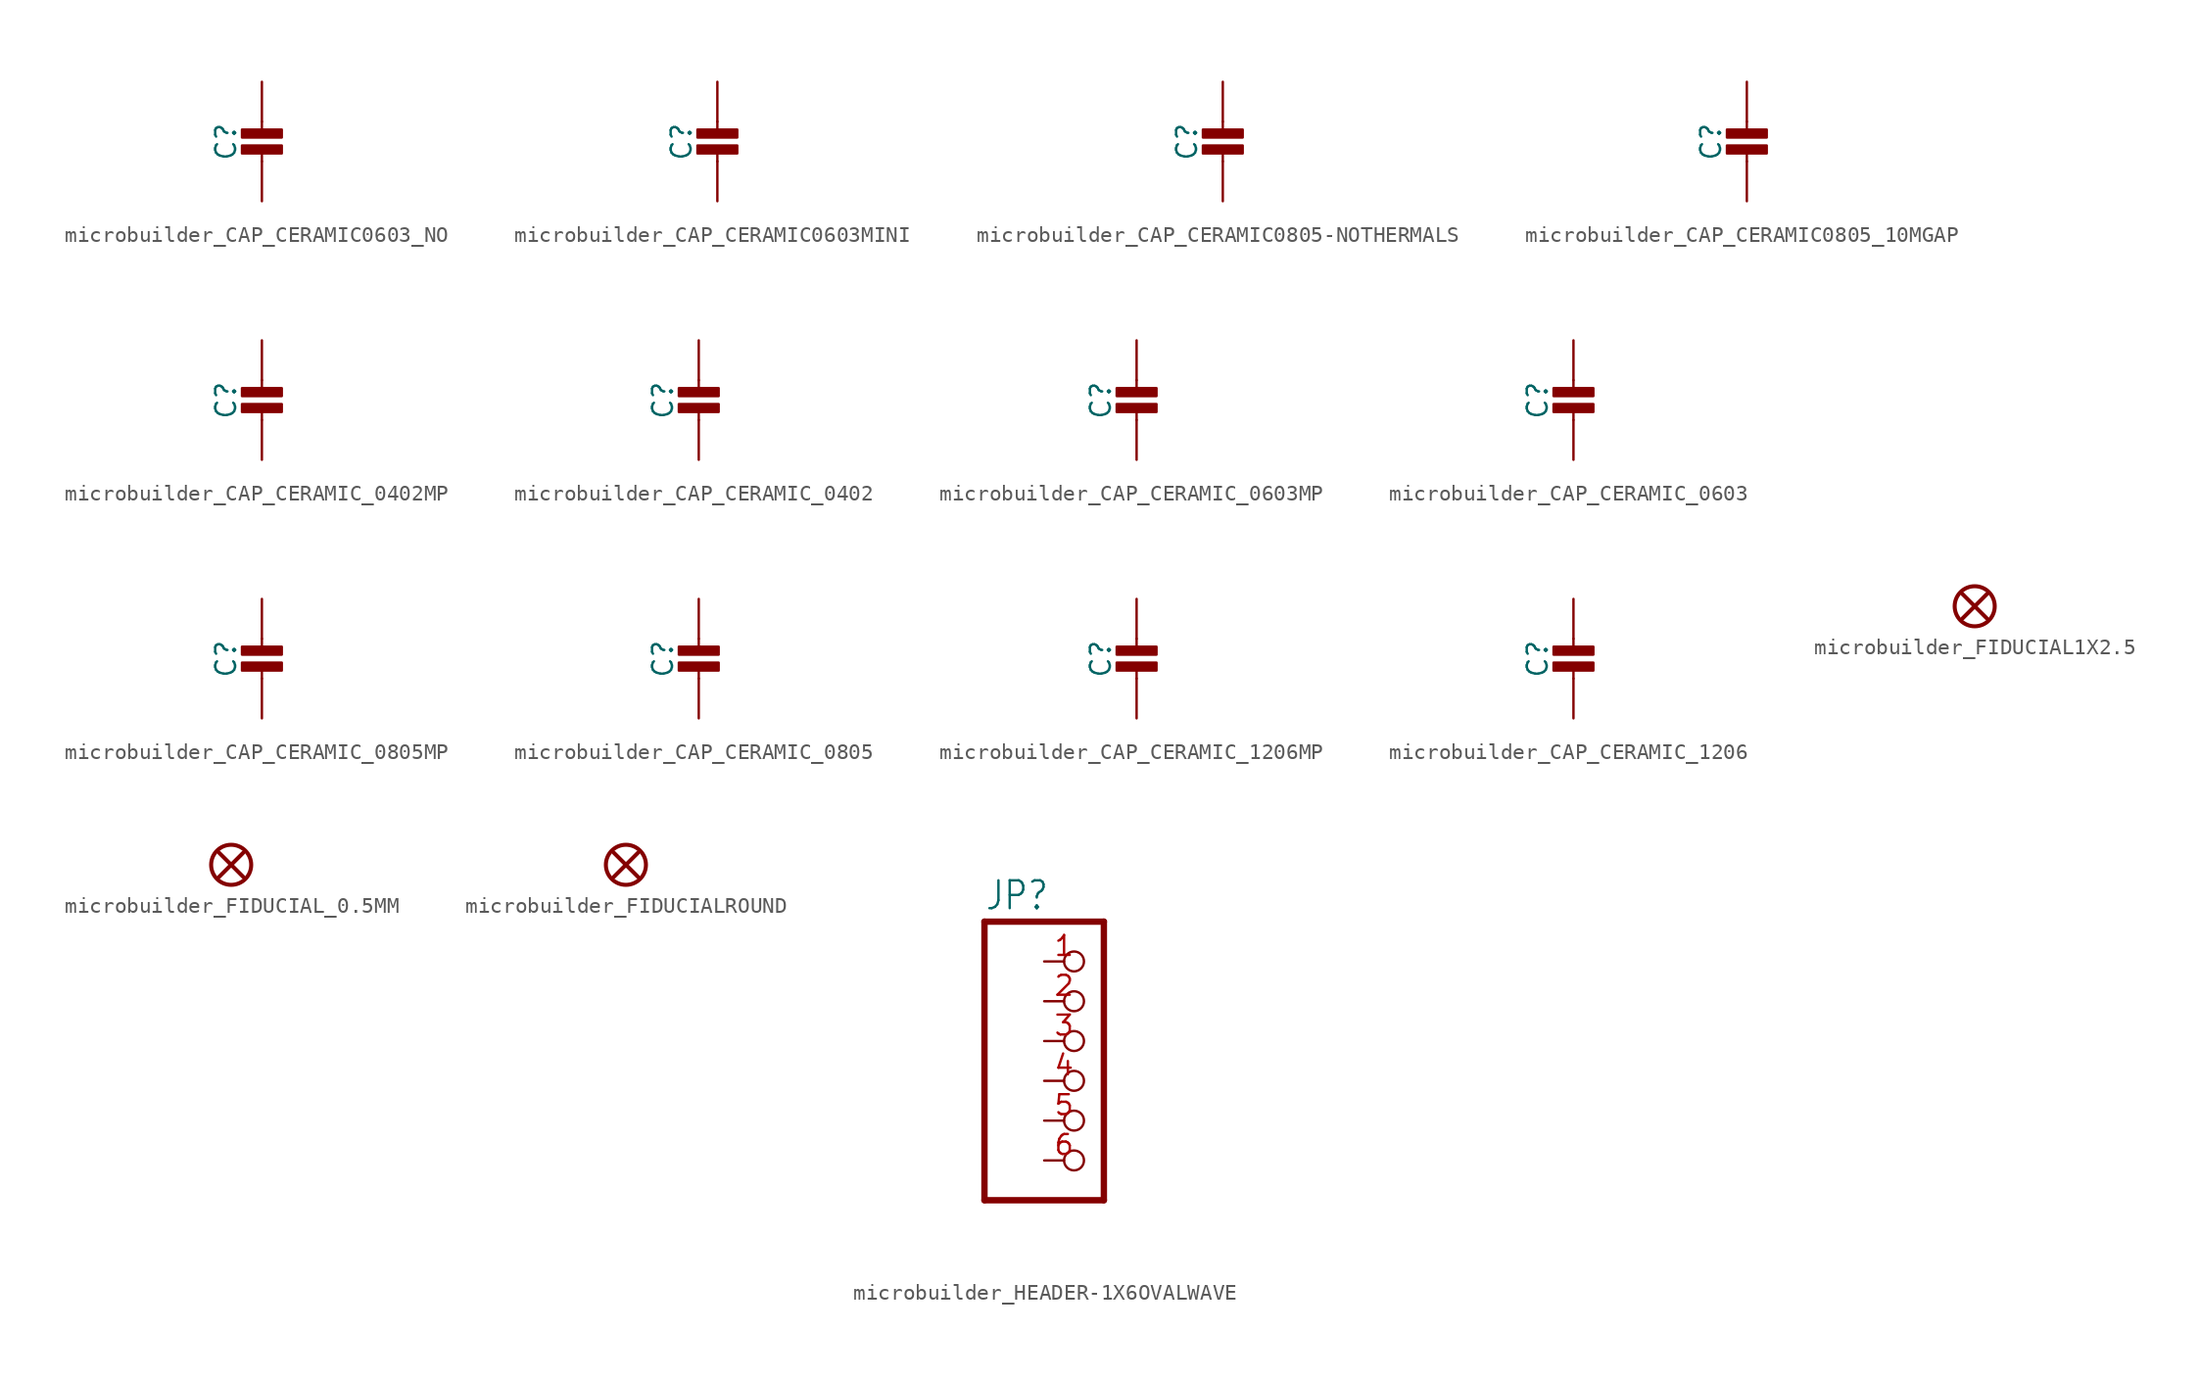
<source format=kicad_sym>
(kicad_symbol_lib
  (version 20220914)
  (generator kicad_symbol_editor)
  (symbol "microbuilder_CAP_CERAMIC0603_NO"
    (property "Reference" "C"
      (at -2.29 1.25 90)
      (effects (font (size 1.27 1.27))))
    (property "Value" ""
      (at 2.3 1.25 90)
      (effects (font (size 1.27 1.27))))
    (property "ki_locked" ""
      (at 0 0 0)
      (effects (font (size 1.27 1.27))))
    (symbol "microbuilder_CAP_CERAMIC0603_NO_1_0"
      (rectangle (start -1.27 0.508) (end 1.27 1.016) (stroke (width 0) (type default)) (fill (type outline)))
      (rectangle (start -1.27 1.524) (end 1.27 2.032) (stroke (width 0) (type default)) (fill (type outline)))
      (polyline (pts (xy 0 0.762) (xy 0 0)) (stroke (width 0.152) (type solid)) (fill (type none)))
      (polyline (pts (xy 0 2.54) (xy 0 1.778)) (stroke (width 0.152) (type solid)) (fill (type none)))
      (pin passive line (at 0 5.08 270) (length 2.54) (name "1" (effects (font (size 0 0)))) (number "1" (effects (font (size 0 0)))))
      (pin passive line (at 0 -2.54 90) (length 2.54) (name "2" (effects (font (size 0 0)))) (number "2" (effects (font (size 0 0)))))))
  (symbol "microbuilder_CAP_CERAMIC0603MINI"
    (property "Reference" "C"
      (at -2.29 1.25 90)
      (effects (font (size 1.27 1.27))))
    (property "Value" ""
      (at 2.3 1.25 90)
      (effects (font (size 1.27 1.27))))
    (property "ki_locked" ""
      (at 0 0 0)
      (effects (font (size 1.27 1.27))))
    (symbol "microbuilder_CAP_CERAMIC0603MINI_1_0"
      (rectangle (start -1.27 0.508) (end 1.27 1.016) (stroke (width 0) (type default)) (fill (type outline)))
      (rectangle (start -1.27 1.524) (end 1.27 2.032) (stroke (width 0) (type default)) (fill (type outline)))
      (polyline (pts (xy 0 0.762) (xy 0 0)) (stroke (width 0.152) (type solid)) (fill (type none)))
      (polyline (pts (xy 0 2.54) (xy 0 1.778)) (stroke (width 0.152) (type solid)) (fill (type none)))
      (pin passive line (at 0 5.08 270) (length 2.54) (name "1" (effects (font (size 0 0)))) (number "1" (effects (font (size 0 0)))))
      (pin passive line (at 0 -2.54 90) (length 2.54) (name "2" (effects (font (size 0 0)))) (number "2" (effects (font (size 0 0)))))))
  (symbol "microbuilder_CAP_CERAMIC0805-NOTHERMALS"
    (property "Reference" "C"
      (at -2.29 1.25 90)
      (effects (font (size 1.27 1.27))))
    (property "Value" ""
      (at 2.3 1.25 90)
      (effects (font (size 1.27 1.27))))
    (property "ki_locked" ""
      (at 0 0 0)
      (effects (font (size 1.27 1.27))))
    (symbol "microbuilder_CAP_CERAMIC0805-NOTHERMALS_1_0"
      (rectangle (start -1.27 0.508) (end 1.27 1.016) (stroke (width 0) (type default)) (fill (type outline)))
      (rectangle (start -1.27 1.524) (end 1.27 2.032) (stroke (width 0) (type default)) (fill (type outline)))
      (polyline (pts (xy 0 0.762) (xy 0 0)) (stroke (width 0.152) (type solid)) (fill (type none)))
      (polyline (pts (xy 0 2.54) (xy 0 1.778)) (stroke (width 0.152) (type solid)) (fill (type none)))
      (pin passive line (at 0 5.08 270) (length 2.54) (name "1" (effects (font (size 0 0)))) (number "1" (effects (font (size 0 0)))))
      (pin passive line (at 0 -2.54 90) (length 2.54) (name "2" (effects (font (size 0 0)))) (number "2" (effects (font (size 0 0)))))))
  (symbol "microbuilder_CAP_CERAMIC0805_10MGAP"
    (property "Reference" "C"
      (at -2.29 1.25 90)
      (effects (font (size 1.27 1.27))))
    (property "Value" ""
      (at 2.3 1.25 90)
      (effects (font (size 1.27 1.27))))
    (property "ki_locked" ""
      (at 0 0 0)
      (effects (font (size 1.27 1.27))))
    (symbol "microbuilder_CAP_CERAMIC0805_10MGAP_1_0"
      (rectangle (start -1.27 0.508) (end 1.27 1.016) (stroke (width 0) (type default)) (fill (type outline)))
      (rectangle (start -1.27 1.524) (end 1.27 2.032) (stroke (width 0) (type default)) (fill (type outline)))
      (polyline (pts (xy 0 0.762) (xy 0 0)) (stroke (width 0.152) (type solid)) (fill (type none)))
      (polyline (pts (xy 0 2.54) (xy 0 1.778)) (stroke (width 0.152) (type solid)) (fill (type none)))
      (pin passive line (at 0 5.08 270) (length 2.54) (name "1" (effects (font (size 0 0)))) (number "1" (effects (font (size 0 0)))))
      (pin passive line (at 0 -2.54 90) (length 2.54) (name "2" (effects (font (size 0 0)))) (number "2" (effects (font (size 0 0)))))))
  (symbol "microbuilder_CAP_CERAMIC_0402MP"
    (property "Reference" "C"
      (at -2.29 1.25 90)
      (effects (font (size 1.27 1.27))))
    (property "Value" ""
      (at 2.3 1.25 90)
      (effects (font (size 1.27 1.27))))
    (property "ki_locked" ""
      (at 0 0 0)
      (effects (font (size 1.27 1.27))))
    (symbol "microbuilder_CAP_CERAMIC_0402MP_1_0"
      (rectangle (start -1.27 0.508) (end 1.27 1.016) (stroke (width 0) (type default)) (fill (type outline)))
      (rectangle (start -1.27 1.524) (end 1.27 2.032) (stroke (width 0) (type default)) (fill (type outline)))
      (polyline (pts (xy 0 0.762) (xy 0 0)) (stroke (width 0.152) (type solid)) (fill (type none)))
      (polyline (pts (xy 0 2.54) (xy 0 1.778)) (stroke (width 0.152) (type solid)) (fill (type none)))
      (pin passive line (at 0 5.08 270) (length 2.54) (name "1" (effects (font (size 0 0)))) (number "1" (effects (font (size 0 0)))))
      (pin passive line (at 0 -2.54 90) (length 2.54) (name "2" (effects (font (size 0 0)))) (number "2" (effects (font (size 0 0)))))))
  (symbol "microbuilder_CAP_CERAMIC_0402"
    (property "Reference" "C"
      (at -2.29 1.25 90)
      (effects (font (size 1.27 1.27))))
    (property "Value" ""
      (at 2.3 1.25 90)
      (effects (font (size 1.27 1.27))))
    (property "ki_locked" ""
      (at 0 0 0)
      (effects (font (size 1.27 1.27))))
    (symbol "microbuilder_CAP_CERAMIC_0402_1_0"
      (rectangle (start -1.27 0.508) (end 1.27 1.016) (stroke (width 0) (type default)) (fill (type outline)))
      (rectangle (start -1.27 1.524) (end 1.27 2.032) (stroke (width 0) (type default)) (fill (type outline)))
      (polyline (pts (xy 0 0.762) (xy 0 0)) (stroke (width 0.152) (type solid)) (fill (type none)))
      (polyline (pts (xy 0 2.54) (xy 0 1.778)) (stroke (width 0.152) (type solid)) (fill (type none)))
      (pin passive line (at 0 5.08 270) (length 2.54) (name "1" (effects (font (size 0 0)))) (number "1" (effects (font (size 0 0)))))
      (pin passive line (at 0 -2.54 90) (length 2.54) (name "2" (effects (font (size 0 0)))) (number "2" (effects (font (size 0 0)))))))
  (symbol "microbuilder_CAP_CERAMIC_0603MP"
    (property "Reference" "C"
      (at -2.29 1.25 90)
      (effects (font (size 1.27 1.27))))
    (property "Value" ""
      (at 2.3 1.25 90)
      (effects (font (size 1.27 1.27))))
    (property "ki_locked" ""
      (at 0 0 0)
      (effects (font (size 1.27 1.27))))
    (symbol "microbuilder_CAP_CERAMIC_0603MP_1_0"
      (rectangle (start -1.27 0.508) (end 1.27 1.016) (stroke (width 0) (type default)) (fill (type outline)))
      (rectangle (start -1.27 1.524) (end 1.27 2.032) (stroke (width 0) (type default)) (fill (type outline)))
      (polyline (pts (xy 0 0.762) (xy 0 0)) (stroke (width 0.152) (type solid)) (fill (type none)))
      (polyline (pts (xy 0 2.54) (xy 0 1.778)) (stroke (width 0.152) (type solid)) (fill (type none)))
      (pin passive line (at 0 5.08 270) (length 2.54) (name "1" (effects (font (size 0 0)))) (number "1" (effects (font (size 0 0)))))
      (pin passive line (at 0 -2.54 90) (length 2.54) (name "2" (effects (font (size 0 0)))) (number "2" (effects (font (size 0 0)))))))
  (symbol "microbuilder_CAP_CERAMIC_0603"
    (property "Reference" "C"
      (at -2.29 1.25 90)
      (effects (font (size 1.27 1.27))))
    (property "Value" ""
      (at 2.3 1.25 90)
      (effects (font (size 1.27 1.27))))
    (property "ki_locked" ""
      (at 0 0 0)
      (effects (font (size 1.27 1.27))))
    (symbol "microbuilder_CAP_CERAMIC_0603_1_0"
      (rectangle (start -1.27 0.508) (end 1.27 1.016) (stroke (width 0) (type default)) (fill (type outline)))
      (rectangle (start -1.27 1.524) (end 1.27 2.032) (stroke (width 0) (type default)) (fill (type outline)))
      (polyline (pts (xy 0 0.762) (xy 0 0)) (stroke (width 0.152) (type solid)) (fill (type none)))
      (polyline (pts (xy 0 2.54) (xy 0 1.778)) (stroke (width 0.152) (type solid)) (fill (type none)))
      (pin passive line (at 0 5.08 270) (length 2.54) (name "1" (effects (font (size 0 0)))) (number "1" (effects (font (size 0 0)))))
      (pin passive line (at 0 -2.54 90) (length 2.54) (name "2" (effects (font (size 0 0)))) (number "2" (effects (font (size 0 0)))))))
  (symbol "microbuilder_CAP_CERAMIC_0805MP"
    (property "Reference" "C"
      (at -2.29 1.25 90)
      (effects (font (size 1.27 1.27))))
    (property "Value" ""
      (at 2.3 1.25 90)
      (effects (font (size 1.27 1.27))))
    (property "ki_locked" ""
      (at 0 0 0)
      (effects (font (size 1.27 1.27))))
    (symbol "microbuilder_CAP_CERAMIC_0805MP_1_0"
      (rectangle (start -1.27 0.508) (end 1.27 1.016) (stroke (width 0) (type default)) (fill (type outline)))
      (rectangle (start -1.27 1.524) (end 1.27 2.032) (stroke (width 0) (type default)) (fill (type outline)))
      (polyline (pts (xy 0 0.762) (xy 0 0)) (stroke (width 0.152) (type solid)) (fill (type none)))
      (polyline (pts (xy 0 2.54) (xy 0 1.778)) (stroke (width 0.152) (type solid)) (fill (type none)))
      (pin passive line (at 0 5.08 270) (length 2.54) (name "1" (effects (font (size 0 0)))) (number "1" (effects (font (size 0 0)))))
      (pin passive line (at 0 -2.54 90) (length 2.54) (name "2" (effects (font (size 0 0)))) (number "2" (effects (font (size 0 0)))))))
  (symbol "microbuilder_CAP_CERAMIC_0805"
    (property "Reference" "C"
      (at -2.29 1.25 90)
      (effects (font (size 1.27 1.27))))
    (property "Value" ""
      (at 2.3 1.25 90)
      (effects (font (size 1.27 1.27))))
    (property "ki_locked" ""
      (at 0 0 0)
      (effects (font (size 1.27 1.27))))
    (symbol "microbuilder_CAP_CERAMIC_0805_1_0"
      (rectangle (start -1.27 0.508) (end 1.27 1.016) (stroke (width 0) (type default)) (fill (type outline)))
      (rectangle (start -1.27 1.524) (end 1.27 2.032) (stroke (width 0) (type default)) (fill (type outline)))
      (polyline (pts (xy 0 0.762) (xy 0 0)) (stroke (width 0.152) (type solid)) (fill (type none)))
      (polyline (pts (xy 0 2.54) (xy 0 1.778)) (stroke (width 0.152) (type solid)) (fill (type none)))
      (pin passive line (at 0 5.08 270) (length 2.54) (name "1" (effects (font (size 0 0)))) (number "1" (effects (font (size 0 0)))))
      (pin passive line (at 0 -2.54 90) (length 2.54) (name "2" (effects (font (size 0 0)))) (number "2" (effects (font (size 0 0)))))))
  (symbol "microbuilder_CAP_CERAMIC_1206MP"
    (property "Reference" "C"
      (at -2.29 1.25 90)
      (effects (font (size 1.27 1.27))))
    (property "Value" ""
      (at 2.3 1.25 90)
      (effects (font (size 1.27 1.27))))
    (property "ki_locked" ""
      (at 0 0 0)
      (effects (font (size 1.27 1.27))))
    (symbol "microbuilder_CAP_CERAMIC_1206MP_1_0"
      (rectangle (start -1.27 0.508) (end 1.27 1.016) (stroke (width 0) (type default)) (fill (type outline)))
      (rectangle (start -1.27 1.524) (end 1.27 2.032) (stroke (width 0) (type default)) (fill (type outline)))
      (polyline (pts (xy 0 0.762) (xy 0 0)) (stroke (width 0.152) (type solid)) (fill (type none)))
      (polyline (pts (xy 0 2.54) (xy 0 1.778)) (stroke (width 0.152) (type solid)) (fill (type none)))
      (pin passive line (at 0 5.08 270) (length 2.54) (name "1" (effects (font (size 0 0)))) (number "1" (effects (font (size 0 0)))))
      (pin passive line (at 0 -2.54 90) (length 2.54) (name "2" (effects (font (size 0 0)))) (number "2" (effects (font (size 0 0)))))))
  (symbol "microbuilder_CAP_CERAMIC_1206"
    (property "Reference" "C"
      (at -2.29 1.25 90)
      (effects (font (size 1.27 1.27))))
    (property "Value" ""
      (at 2.3 1.25 90)
      (effects (font (size 1.27 1.27))))
    (property "ki_locked" ""
      (at 0 0 0)
      (effects (font (size 1.27 1.27))))
    (symbol "microbuilder_CAP_CERAMIC_1206_1_0"
      (rectangle (start -1.27 0.508) (end 1.27 1.016) (stroke (width 0) (type default)) (fill (type outline)))
      (rectangle (start -1.27 1.524) (end 1.27 2.032) (stroke (width 0) (type default)) (fill (type outline)))
      (polyline (pts (xy 0 0.762) (xy 0 0)) (stroke (width 0.152) (type solid)) (fill (type none)))
      (polyline (pts (xy 0 2.54) (xy 0 1.778)) (stroke (width 0.152) (type solid)) (fill (type none)))
      (pin passive line (at 0 5.08 270) (length 2.54) (name "1" (effects (font (size 0 0)))) (number "1" (effects (font (size 0 0)))))
      (pin passive line (at 0 -2.54 90) (length 2.54) (name "2" (effects (font (size 0 0)))) (number "2" (effects (font (size 0 0)))))))
  (symbol "microbuilder_FIDUCIAL1X2.5"
    (property "Reference" "FID"
      (at 0 0 0)
      (effects (font (size 1.27 1.27)) hide))
    (property "ki_locked" ""
      (at 0 0 0)
      (effects (font (size 1.27 1.27))))
    (symbol "microbuilder_FIDUCIAL1X2.5_1_0"
      (polyline (pts (xy -0.762 0.762) (xy 0.762 -0.762)) (stroke (width 0.254) (type solid)) (fill (type none)))
      (polyline (pts (xy 0.762 0.762) (xy -0.762 -0.762)) (stroke (width 0.254) (type solid)) (fill (type none)))
      (circle (center 0 0) (radius 1.27) (stroke (width 0.254) (type solid)) (fill (type none)))))
  (symbol "microbuilder_FIDUCIAL_0.5MM"
    (property "Reference" "FID"
      (at 0 0 0)
      (effects (font (size 1.27 1.27)) hide))
    (property "ki_locked" ""
      (at 0 0 0)
      (effects (font (size 1.27 1.27))))
    (symbol "microbuilder_FIDUCIAL_0.5MM_1_0"
      (polyline (pts (xy -0.762 0.762) (xy 0.762 -0.762)) (stroke (width 0.254) (type solid)) (fill (type none)))
      (polyline (pts (xy 0.762 0.762) (xy -0.762 -0.762)) (stroke (width 0.254) (type solid)) (fill (type none)))
      (circle (center 0 0) (radius 1.27) (stroke (width 0.254) (type solid)) (fill (type none)))))
  (symbol "microbuilder_FIDUCIALROUND"
    (property "Reference" "FID"
      (at 0 0 0)
      (effects (font (size 1.27 1.27)) hide))
    (property "ki_locked" ""
      (at 0 0 0)
      (effects (font (size 1.27 1.27))))
    (symbol "microbuilder_FIDUCIALROUND_1_0"
      (polyline (pts (xy -0.762 0.762) (xy 0.762 -0.762)) (stroke (width 0.254) (type solid)) (fill (type none)))
      (polyline (pts (xy 0.762 0.762) (xy -0.762 -0.762)) (stroke (width 0.254) (type solid)) (fill (type none)))
      (circle (center 0 0) (radius 1.27) (stroke (width 0.254) (type solid)) (fill (type none)))))
  (symbol "microbuilder_HEADER-1X6OVALWAVE"
    (property "Reference" "JP"
      (at -6.35 10.795 0)
      (effects (font (size 1.778 1.511)) (justify left bottom)))
    (property "Value" ""
      (at -6.35 -10.16 0)
      (effects (font (size 1.778 1.511)) (justify left bottom)))
    (property "ki_locked" ""
      (at 0 0 0)
      (effects (font (size 1.27 1.27))))
    (symbol "microbuilder_HEADER-1X6OVALWAVE_1_0"
      (polyline (pts (xy -6.35 -7.62) (xy 1.27 -7.62)) (stroke (width 0.406) (type solid)) (fill (type none)))
      (polyline (pts (xy -6.35 10.16) (xy -6.35 -7.62)) (stroke (width 0.406) (type solid)) (fill (type none)))
      (polyline (pts (xy 1.27 -7.62) (xy 1.27 10.16)) (stroke (width 0.406) (type solid)) (fill (type none)))
      (polyline (pts (xy 1.27 10.16) (xy -6.35 10.16)) (stroke (width 0.406) (type solid)) (fill (type none)))
      (pin passive inverted (at -2.54 7.62 0) (length 2.54) (name "1" (effects (font (size 0 0)))) (number "1" (effects (font (size 1.27 1.27)))))
      (pin passive inverted (at -2.54 5.08 0) (length 2.54) (name "2" (effects (font (size 0 0)))) (number "2" (effects (font (size 1.27 1.27)))))
      (pin passive inverted (at -2.54 2.54 0) (length 2.54) (name "3" (effects (font (size 0 0)))) (number "3" (effects (font (size 1.27 1.27)))))
      (pin passive inverted (at -2.54 0 0) (length 2.54) (name "4" (effects (font (size 0 0)))) (number "4" (effects (font (size 1.27 1.27)))))
      (pin passive inverted (at -2.54 -2.54 0) (length 2.54) (name "5" (effects (font (size 0 0)))) (number "5" (effects (font (size 1.27 1.27)))))
      (pin passive inverted (at -2.54 -5.08 0) (length 2.54) (name "6" (effects (font (size 0 0)))) (number "6" (effects (font (size 1.27 1.27))))))))
</source>
